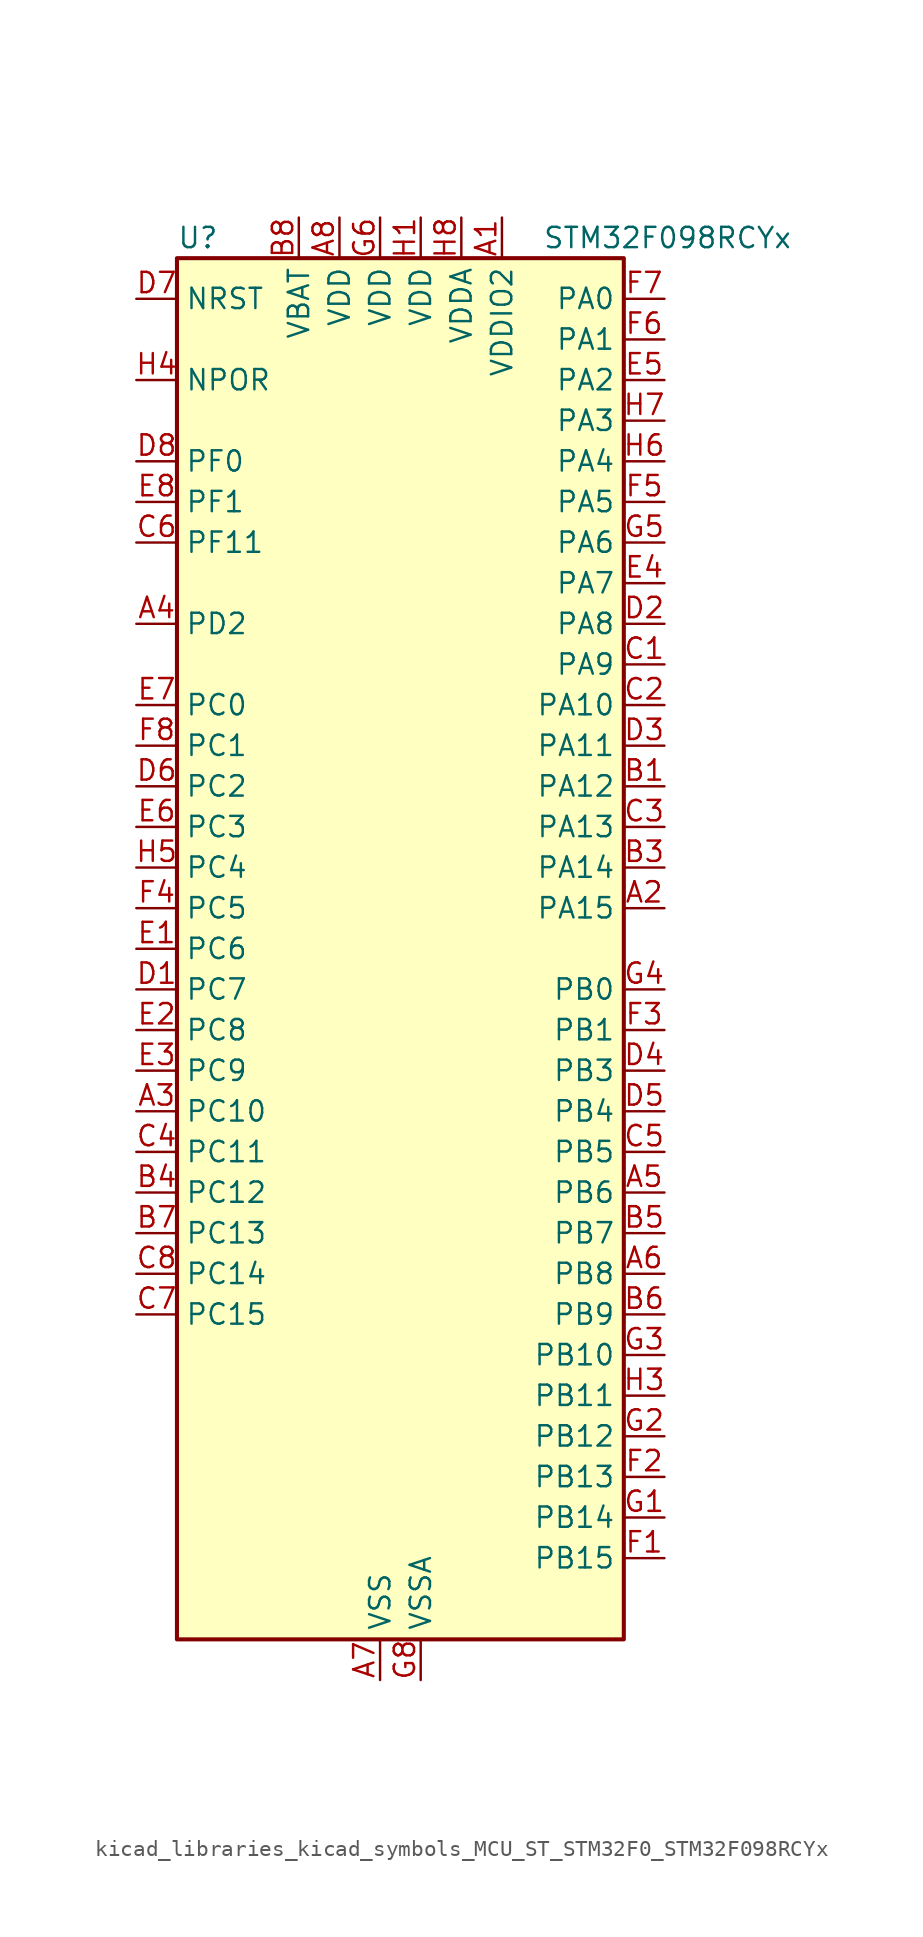
<source format=kicad_sym>
(kicad_symbol_lib
  (version 20220914)
  (generator kicad_symbol_editor)
  (symbol "kicad_libraries_kicad_symbols_MCU_ST_STM32F0_STM32F098RCYx"
    (property "Reference" "U"
      (at -12.7 44.45 0)
      (effects (font (size 1.27 1.27)) (justify left)))
    (property "Value" "STM32F098RCYx"
      (at 10.16 44.45 0)
      (effects (font (size 1.27 1.27)) (justify left)))
    (property "ki_locked" ""
      (at 0 0 0)
      (effects (font (size 1.27 1.27))))
    (symbol "kicad_libraries_kicad_symbols_MCU_ST_STM32F0_STM32F098RCYx_0_1"
      (rectangle (start -12.7 -43.18) (end 15.24 43.18) (stroke (width 0.254) (type default)) (fill (type background))))
    (symbol "kicad_libraries_kicad_symbols_MCU_ST_STM32F0_STM32F098RCYx_1_1"
      (pin power_in line (at 7.62 45.72 270) (length 2.54) (name "VDDIO2" (effects (font (size 1.27 1.27)))) (number "A1" (effects (font (size 1.27 1.27)))))
      (pin bidirectional line (at 17.78 2.54 180) (length 2.54) (name "PA15" (effects (font (size 1.27 1.27)))) (number "A2" (effects (font (size 1.27 1.27)))) (alternate "I2S1_WS" bidirectional line) (alternate "SPI1_NSS" bidirectional line) (alternate "TIM2_CH1" bidirectional line) (alternate "TIM2_ETR" bidirectional line) (alternate "USART2_RX" bidirectional line) (alternate "USART4_DE" bidirectional line) (alternate "USART4_RTS" bidirectional line))
      (pin bidirectional line (at -15.24 -10.16 0) (length 2.54) (name "PC10" (effects (font (size 1.27 1.27)))) (number "A3" (effects (font (size 1.27 1.27)))) (alternate "USART3_TX" bidirectional line) (alternate "USART4_TX" bidirectional line))
      (pin bidirectional line (at -15.24 20.32 0) (length 2.54) (name "PD2" (effects (font (size 1.27 1.27)))) (number "A4" (effects (font (size 1.27 1.27)))) (alternate "TIM3_ETR" bidirectional line) (alternate "USART3_DE" bidirectional line) (alternate "USART3_RTS" bidirectional line) (alternate "USART5_RX" bidirectional line))
      (pin bidirectional line (at 17.78 -15.24 180) (length 2.54) (name "PB6" (effects (font (size 1.27 1.27)))) (number "A5" (effects (font (size 1.27 1.27)))) (alternate "I2C1_SCL" bidirectional line) (alternate "TIM16_CH1N" bidirectional line) (alternate "TSC_G5_IO3" bidirectional line) (alternate "USART1_TX" bidirectional line))
      (pin bidirectional line (at 17.78 -20.32 180) (length 2.54) (name "PB8" (effects (font (size 1.27 1.27)))) (number "A6" (effects (font (size 1.27 1.27)))) (alternate "CAN_RX" bidirectional line) (alternate "CEC" bidirectional line) (alternate "I2C1_SCL" bidirectional line) (alternate "TIM16_CH1" bidirectional line) (alternate "TSC_SYNC" bidirectional line))
      (pin power_in line (at 0 -45.72 90) (length 2.54) (name "VSS" (effects (font (size 1.27 1.27)))) (number "A7" (effects (font (size 1.27 1.27)))))
      (pin power_in line (at -2.54 45.72 270) (length 2.54) (name "VDD" (effects (font (size 1.27 1.27)))) (number "A8" (effects (font (size 1.27 1.27)))))
      (pin bidirectional line (at 17.78 10.16 180) (length 2.54) (name "PA12" (effects (font (size 1.27 1.27)))) (number "B1" (effects (font (size 1.27 1.27)))) (alternate "CAN_TX" bidirectional line) (alternate "COMP2_OUT" bidirectional line) (alternate "I2C2_SDA" bidirectional line) (alternate "TIM1_ETR" bidirectional line) (alternate "TSC_G4_IO4" bidirectional line) (alternate "USART1_DE" bidirectional line) (alternate "USART1_RTS" bidirectional line))
      (pin passive line (at 0 -45.72 90) (length 2.54) hide (name "VSS" (effects (font (size 1.27 1.27)))) (number "B2" (effects (font (size 1.27 1.27)))))
      (pin bidirectional line (at 17.78 5.08 180) (length 2.54) (name "PA14" (effects (font (size 1.27 1.27)))) (number "B3" (effects (font (size 1.27 1.27)))) (alternate "SYS_SWCLK" bidirectional line) (alternate "USART2_TX" bidirectional line))
      (pin bidirectional line (at -15.24 -15.24 0) (length 2.54) (name "PC12" (effects (font (size 1.27 1.27)))) (number "B4" (effects (font (size 1.27 1.27)))) (alternate "USART3_CK" bidirectional line) (alternate "USART4_CK" bidirectional line) (alternate "USART5_TX" bidirectional line))
      (pin bidirectional line (at 17.78 -17.78 180) (length 2.54) (name "PB7" (effects (font (size 1.27 1.27)))) (number "B5" (effects (font (size 1.27 1.27)))) (alternate "I2C1_SDA" bidirectional line) (alternate "TIM17_CH1N" bidirectional line) (alternate "TSC_G5_IO4" bidirectional line) (alternate "USART1_RX" bidirectional line) (alternate "USART4_CTS" bidirectional line))
      (pin bidirectional line (at 17.78 -22.86 180) (length 2.54) (name "PB9" (effects (font (size 1.27 1.27)))) (number "B6" (effects (font (size 1.27 1.27)))) (alternate "CAN_TX" bidirectional line) (alternate "DAC_EXTI9" bidirectional line) (alternate "I2C1_SDA" bidirectional line) (alternate "I2S2_WS" bidirectional line) (alternate "IR_OUT" bidirectional line) (alternate "SPI2_NSS" bidirectional line) (alternate "TIM17_CH1" bidirectional line))
      (pin bidirectional line (at -15.24 -17.78 0) (length 2.54) (name "PC13" (effects (font (size 1.27 1.27)))) (number "B7" (effects (font (size 1.27 1.27)))) (alternate "RTC_OUT_ALARM" bidirectional line) (alternate "RTC_OUT_CALIB" bidirectional line) (alternate "RTC_TAMP1" bidirectional line) (alternate "RTC_TS" bidirectional line) (alternate "SYS_WKUP2" bidirectional line))
      (pin power_in line (at -5.08 45.72 270) (length 2.54) (name "VBAT" (effects (font (size 1.27 1.27)))) (number "B8" (effects (font (size 1.27 1.27)))))
      (pin bidirectional line (at 17.78 17.78 180) (length 2.54) (name "PA9" (effects (font (size 1.27 1.27)))) (number "C1" (effects (font (size 1.27 1.27)))) (alternate "DAC_EXTI9" bidirectional line) (alternate "I2C1_SCL" bidirectional line) (alternate "RCC_MCO" bidirectional line) (alternate "TIM15_BKIN" bidirectional line) (alternate "TIM1_CH2" bidirectional line) (alternate "TSC_G4_IO1" bidirectional line) (alternate "USART1_TX" bidirectional line))
      (pin bidirectional line (at 17.78 15.24 180) (length 2.54) (name "PA10" (effects (font (size 1.27 1.27)))) (number "C2" (effects (font (size 1.27 1.27)))) (alternate "I2C1_SDA" bidirectional line) (alternate "TIM17_BKIN" bidirectional line) (alternate "TIM1_CH3" bidirectional line) (alternate "TSC_G4_IO2" bidirectional line) (alternate "USART1_RX" bidirectional line))
      (pin bidirectional line (at 17.78 7.62 180) (length 2.54) (name "PA13" (effects (font (size 1.27 1.27)))) (number "C3" (effects (font (size 1.27 1.27)))) (alternate "IR_OUT" bidirectional line) (alternate "SYS_SWDIO" bidirectional line))
      (pin bidirectional line (at -15.24 -12.7 0) (length 2.54) (name "PC11" (effects (font (size 1.27 1.27)))) (number "C4" (effects (font (size 1.27 1.27)))) (alternate "USART3_RX" bidirectional line) (alternate "USART4_RX" bidirectional line))
      (pin bidirectional line (at 17.78 -12.7 180) (length 2.54) (name "PB5" (effects (font (size 1.27 1.27)))) (number "C5" (effects (font (size 1.27 1.27)))) (alternate "I2C1_SMBA" bidirectional line) (alternate "I2S1_SD" bidirectional line) (alternate "SPI1_MOSI" bidirectional line) (alternate "SYS_WKUP6" bidirectional line) (alternate "TIM16_BKIN" bidirectional line) (alternate "TIM3_CH2" bidirectional line) (alternate "USART5_CK" bidirectional line) (alternate "USART5_DE" bidirectional line) (alternate "USART5_RTS" bidirectional line))
      (pin bidirectional line (at -15.24 25.4 0) (length 2.54) (name "PF11" (effects (font (size 1.27 1.27)))) (number "C6" (effects (font (size 1.27 1.27)))))
      (pin bidirectional line (at -15.24 -22.86 0) (length 2.54) (name "PC15" (effects (font (size 1.27 1.27)))) (number "C7" (effects (font (size 1.27 1.27)))) (alternate "RCC_OSC32_OUT" bidirectional line))
      (pin bidirectional line (at -15.24 -20.32 0) (length 2.54) (name "PC14" (effects (font (size 1.27 1.27)))) (number "C8" (effects (font (size 1.27 1.27)))) (alternate "RCC_OSC32_IN" bidirectional line))
      (pin bidirectional line (at -15.24 -2.54 0) (length 2.54) (name "PC7" (effects (font (size 1.27 1.27)))) (number "D1" (effects (font (size 1.27 1.27)))) (alternate "TIM3_CH2" bidirectional line) (alternate "USART7_RX" bidirectional line))
      (pin bidirectional line (at 17.78 20.32 180) (length 2.54) (name "PA8" (effects (font (size 1.27 1.27)))) (number "D2" (effects (font (size 1.27 1.27)))) (alternate "CRS_SYNC" bidirectional line) (alternate "RCC_MCO" bidirectional line) (alternate "TIM1_CH1" bidirectional line) (alternate "USART1_CK" bidirectional line))
      (pin bidirectional line (at 17.78 12.7 180) (length 2.54) (name "PA11" (effects (font (size 1.27 1.27)))) (number "D3" (effects (font (size 1.27 1.27)))) (alternate "CAN_RX" bidirectional line) (alternate "COMP1_OUT" bidirectional line) (alternate "I2C2_SCL" bidirectional line) (alternate "TIM1_CH4" bidirectional line) (alternate "TSC_G4_IO3" bidirectional line) (alternate "USART1_CTS" bidirectional line))
      (pin bidirectional line (at 17.78 -7.62 180) (length 2.54) (name "PB3" (effects (font (size 1.27 1.27)))) (number "D4" (effects (font (size 1.27 1.27)))) (alternate "I2S1_CK" bidirectional line) (alternate "SPI1_SCK" bidirectional line) (alternate "TIM2_CH2" bidirectional line) (alternate "TSC_G5_IO1" bidirectional line) (alternate "USART5_TX" bidirectional line))
      (pin bidirectional line (at 17.78 -10.16 180) (length 2.54) (name "PB4" (effects (font (size 1.27 1.27)))) (number "D5" (effects (font (size 1.27 1.27)))) (alternate "I2S1_MCK" bidirectional line) (alternate "SPI1_MISO" bidirectional line) (alternate "TIM17_BKIN" bidirectional line) (alternate "TIM3_CH1" bidirectional line) (alternate "TSC_G5_IO2" bidirectional line) (alternate "USART5_RX" bidirectional line))
      (pin bidirectional line (at -15.24 10.16 0) (length 2.54) (name "PC2" (effects (font (size 1.27 1.27)))) (number "D6" (effects (font (size 1.27 1.27)))) (alternate "ADC_IN12" bidirectional line) (alternate "I2S2_MCK" bidirectional line) (alternate "SPI2_MISO" bidirectional line) (alternate "USART8_TX" bidirectional line))
      (pin input line (at -15.24 40.64 0) (length 2.54) (name "NRST" (effects (font (size 1.27 1.27)))) (number "D7" (effects (font (size 1.27 1.27)))))
      (pin bidirectional line (at -15.24 30.48 0) (length 2.54) (name "PF0" (effects (font (size 1.27 1.27)))) (number "D8" (effects (font (size 1.27 1.27)))) (alternate "CRS_SYNC" bidirectional line) (alternate "I2C1_SDA" bidirectional line) (alternate "RCC_OSC_IN" bidirectional line))
      (pin bidirectional line (at -15.24 0 0) (length 2.54) (name "PC6" (effects (font (size 1.27 1.27)))) (number "E1" (effects (font (size 1.27 1.27)))) (alternate "TIM3_CH1" bidirectional line) (alternate "USART7_TX" bidirectional line))
      (pin bidirectional line (at -15.24 -5.08 0) (length 2.54) (name "PC8" (effects (font (size 1.27 1.27)))) (number "E2" (effects (font (size 1.27 1.27)))) (alternate "TIM3_CH3" bidirectional line) (alternate "USART8_TX" bidirectional line))
      (pin bidirectional line (at -15.24 -7.62 0) (length 2.54) (name "PC9" (effects (font (size 1.27 1.27)))) (number "E3" (effects (font (size 1.27 1.27)))) (alternate "DAC_EXTI9" bidirectional line) (alternate "TIM3_CH4" bidirectional line) (alternate "USART8_RX" bidirectional line))
      (pin bidirectional line (at 17.78 22.86 180) (length 2.54) (name "PA7" (effects (font (size 1.27 1.27)))) (number "E4" (effects (font (size 1.27 1.27)))) (alternate "ADC_IN7" bidirectional line) (alternate "COMP2_OUT" bidirectional line) (alternate "I2S1_SD" bidirectional line) (alternate "SPI1_MOSI" bidirectional line) (alternate "TIM14_CH1" bidirectional line) (alternate "TIM17_CH1" bidirectional line) (alternate "TIM1_CH1N" bidirectional line) (alternate "TIM3_CH2" bidirectional line) (alternate "TSC_G2_IO4" bidirectional line))
      (pin bidirectional line (at 17.78 35.56 180) (length 2.54) (name "PA2" (effects (font (size 1.27 1.27)))) (number "E5" (effects (font (size 1.27 1.27)))) (alternate "ADC_IN2" bidirectional line) (alternate "COMP2_INM" bidirectional line) (alternate "COMP2_OUT" bidirectional line) (alternate "SYS_WKUP4" bidirectional line) (alternate "TIM15_CH1" bidirectional line) (alternate "TIM2_CH3" bidirectional line) (alternate "TSC_G1_IO3" bidirectional line) (alternate "USART2_TX" bidirectional line))
      (pin bidirectional line (at -15.24 7.62 0) (length 2.54) (name "PC3" (effects (font (size 1.27 1.27)))) (number "E6" (effects (font (size 1.27 1.27)))) (alternate "ADC_IN13" bidirectional line) (alternate "I2S2_SD" bidirectional line) (alternate "SPI2_MOSI" bidirectional line) (alternate "USART8_RX" bidirectional line))
      (pin bidirectional line (at -15.24 15.24 0) (length 2.54) (name "PC0" (effects (font (size 1.27 1.27)))) (number "E7" (effects (font (size 1.27 1.27)))) (alternate "ADC_IN10" bidirectional line) (alternate "USART6_TX" bidirectional line) (alternate "USART7_TX" bidirectional line))
      (pin bidirectional line (at -15.24 27.94 0) (length 2.54) (name "PF1" (effects (font (size 1.27 1.27)))) (number "E8" (effects (font (size 1.27 1.27)))) (alternate "I2C1_SCL" bidirectional line) (alternate "RCC_OSC_OUT" bidirectional line))
      (pin bidirectional line (at 17.78 -38.1 180) (length 2.54) (name "PB15" (effects (font (size 1.27 1.27)))) (number "F1" (effects (font (size 1.27 1.27)))) (alternate "I2S2_SD" bidirectional line) (alternate "RTC_REFIN" bidirectional line) (alternate "SPI2_MOSI" bidirectional line) (alternate "SYS_WKUP7" bidirectional line) (alternate "TIM15_CH1N" bidirectional line) (alternate "TIM15_CH2" bidirectional line) (alternate "TIM1_CH3N" bidirectional line))
      (pin bidirectional line (at 17.78 -33.02 180) (length 2.54) (name "PB13" (effects (font (size 1.27 1.27)))) (number "F2" (effects (font (size 1.27 1.27)))) (alternate "I2C2_SCL" bidirectional line) (alternate "I2S2_CK" bidirectional line) (alternate "SPI2_SCK" bidirectional line) (alternate "TIM1_CH1N" bidirectional line) (alternate "TSC_G6_IO3" bidirectional line) (alternate "USART3_CTS" bidirectional line))
      (pin bidirectional line (at 17.78 -5.08 180) (length 2.54) (name "PB1" (effects (font (size 1.27 1.27)))) (number "F3" (effects (font (size 1.27 1.27)))) (alternate "ADC_IN9" bidirectional line) (alternate "TIM14_CH1" bidirectional line) (alternate "TIM1_CH3N" bidirectional line) (alternate "TIM3_CH4" bidirectional line) (alternate "TSC_G3_IO3" bidirectional line) (alternate "USART3_DE" bidirectional line) (alternate "USART3_RTS" bidirectional line))
      (pin bidirectional line (at -15.24 2.54 0) (length 2.54) (name "PC5" (effects (font (size 1.27 1.27)))) (number "F4" (effects (font (size 1.27 1.27)))) (alternate "ADC_IN15" bidirectional line) (alternate "SYS_WKUP5" bidirectional line) (alternate "TSC_G3_IO1" bidirectional line) (alternate "USART3_RX" bidirectional line))
      (pin bidirectional line (at 17.78 27.94 180) (length 2.54) (name "PA5" (effects (font (size 1.27 1.27)))) (number "F5" (effects (font (size 1.27 1.27)))) (alternate "ADC_IN5" bidirectional line) (alternate "CEC" bidirectional line) (alternate "COMP1_INM" bidirectional line) (alternate "COMP2_INM" bidirectional line) (alternate "DAC_OUT2" bidirectional line) (alternate "I2S1_CK" bidirectional line) (alternate "SPI1_SCK" bidirectional line) (alternate "TIM2_CH1" bidirectional line) (alternate "TIM2_ETR" bidirectional line) (alternate "TSC_G2_IO2" bidirectional line) (alternate "USART6_RX" bidirectional line))
      (pin bidirectional line (at 17.78 38.1 180) (length 2.54) (name "PA1" (effects (font (size 1.27 1.27)))) (number "F6" (effects (font (size 1.27 1.27)))) (alternate "ADC_IN1" bidirectional line) (alternate "COMP1_INP" bidirectional line) (alternate "TIM15_CH1N" bidirectional line) (alternate "TIM2_CH2" bidirectional line) (alternate "TSC_G1_IO2" bidirectional line) (alternate "USART2_DE" bidirectional line) (alternate "USART2_RTS" bidirectional line) (alternate "USART4_RX" bidirectional line))
      (pin bidirectional line (at 17.78 40.64 180) (length 2.54) (name "PA0" (effects (font (size 1.27 1.27)))) (number "F7" (effects (font (size 1.27 1.27)))) (alternate "ADC_IN0" bidirectional line) (alternate "COMP1_INM" bidirectional line) (alternate "COMP1_OUT" bidirectional line) (alternate "RTC_TAMP2" bidirectional line) (alternate "SYS_WKUP1" bidirectional line) (alternate "TIM2_CH1" bidirectional line) (alternate "TIM2_ETR" bidirectional line) (alternate "TSC_G1_IO1" bidirectional line) (alternate "USART2_CTS" bidirectional line) (alternate "USART4_TX" bidirectional line))
      (pin bidirectional line (at -15.24 12.7 0) (length 2.54) (name "PC1" (effects (font (size 1.27 1.27)))) (number "F8" (effects (font (size 1.27 1.27)))) (alternate "ADC_IN11" bidirectional line) (alternate "USART6_RX" bidirectional line) (alternate "USART7_RX" bidirectional line))
      (pin bidirectional line (at 17.78 -35.56 180) (length 2.54) (name "PB14" (effects (font (size 1.27 1.27)))) (number "G1" (effects (font (size 1.27 1.27)))) (alternate "I2C2_SDA" bidirectional line) (alternate "I2S2_MCK" bidirectional line) (alternate "SPI2_MISO" bidirectional line) (alternate "TIM15_CH1" bidirectional line) (alternate "TIM1_CH2N" bidirectional line) (alternate "TSC_G6_IO4" bidirectional line) (alternate "USART3_DE" bidirectional line) (alternate "USART3_RTS" bidirectional line))
      (pin bidirectional line (at 17.78 -30.48 180) (length 2.54) (name "PB12" (effects (font (size 1.27 1.27)))) (number "G2" (effects (font (size 1.27 1.27)))) (alternate "I2S2_WS" bidirectional line) (alternate "SPI2_NSS" bidirectional line) (alternate "TIM15_BKIN" bidirectional line) (alternate "TIM1_BKIN" bidirectional line) (alternate "TSC_G6_IO2" bidirectional line) (alternate "USART3_CK" bidirectional line))
      (pin bidirectional line (at 17.78 -25.4 180) (length 2.54) (name "PB10" (effects (font (size 1.27 1.27)))) (number "G3" (effects (font (size 1.27 1.27)))) (alternate "CEC" bidirectional line) (alternate "I2C2_SCL" bidirectional line) (alternate "I2S2_CK" bidirectional line) (alternate "SPI2_SCK" bidirectional line) (alternate "TIM2_CH3" bidirectional line) (alternate "TSC_SYNC" bidirectional line) (alternate "USART3_TX" bidirectional line))
      (pin bidirectional line (at 17.78 -2.54 180) (length 2.54) (name "PB0" (effects (font (size 1.27 1.27)))) (number "G4" (effects (font (size 1.27 1.27)))) (alternate "ADC_IN8" bidirectional line) (alternate "TIM1_CH2N" bidirectional line) (alternate "TIM3_CH3" bidirectional line) (alternate "TSC_G3_IO2" bidirectional line) (alternate "USART3_CK" bidirectional line))
      (pin bidirectional line (at 17.78 25.4 180) (length 2.54) (name "PA6" (effects (font (size 1.27 1.27)))) (number "G5" (effects (font (size 1.27 1.27)))) (alternate "ADC_IN6" bidirectional line) (alternate "COMP1_OUT" bidirectional line) (alternate "I2S1_MCK" bidirectional line) (alternate "SPI1_MISO" bidirectional line) (alternate "TIM16_CH1" bidirectional line) (alternate "TIM1_BKIN" bidirectional line) (alternate "TIM3_CH1" bidirectional line) (alternate "TSC_G2_IO3" bidirectional line) (alternate "USART3_CTS" bidirectional line))
      (pin power_in line (at 0 45.72 270) (length 2.54) (name "VDD" (effects (font (size 1.27 1.27)))) (number "G6" (effects (font (size 1.27 1.27)))))
      (pin passive line (at 0 -45.72 90) (length 2.54) hide (name "VSS" (effects (font (size 1.27 1.27)))) (number "G7" (effects (font (size 1.27 1.27)))))
      (pin power_in line (at 2.54 -45.72 90) (length 2.54) (name "VSSA" (effects (font (size 1.27 1.27)))) (number "G8" (effects (font (size 1.27 1.27)))))
      (pin power_in line (at 2.54 45.72 270) (length 2.54) (name "VDD" (effects (font (size 1.27 1.27)))) (number "H1" (effects (font (size 1.27 1.27)))))
      (pin passive line (at 0 -45.72 90) (length 2.54) hide (name "VSS" (effects (font (size 1.27 1.27)))) (number "H2" (effects (font (size 1.27 1.27)))))
      (pin bidirectional line (at 17.78 -27.94 180) (length 2.54) (name "PB11" (effects (font (size 1.27 1.27)))) (number "H3" (effects (font (size 1.27 1.27)))) (alternate "I2C2_SDA" bidirectional line) (alternate "TIM2_CH4" bidirectional line) (alternate "TSC_G6_IO1" bidirectional line) (alternate "USART3_RX" bidirectional line))
      (pin input line (at -15.24 35.56 0) (length 2.54) (name "NPOR" (effects (font (size 1.27 1.27)))) (number "H4" (effects (font (size 1.27 1.27)))))
      (pin bidirectional line (at -15.24 5.08 0) (length 2.54) (name "PC4" (effects (font (size 1.27 1.27)))) (number "H5" (effects (font (size 1.27 1.27)))) (alternate "ADC_IN14" bidirectional line) (alternate "USART3_TX" bidirectional line))
      (pin bidirectional line (at 17.78 30.48 180) (length 2.54) (name "PA4" (effects (font (size 1.27 1.27)))) (number "H6" (effects (font (size 1.27 1.27)))) (alternate "ADC_IN4" bidirectional line) (alternate "COMP1_INM" bidirectional line) (alternate "COMP2_INM" bidirectional line) (alternate "DAC_OUT1" bidirectional line) (alternate "I2S1_WS" bidirectional line) (alternate "SPI1_NSS" bidirectional line) (alternate "TIM14_CH1" bidirectional line) (alternate "TSC_G2_IO1" bidirectional line) (alternate "USART2_CK" bidirectional line) (alternate "USART6_TX" bidirectional line))
      (pin bidirectional line (at 17.78 33.02 180) (length 2.54) (name "PA3" (effects (font (size 1.27 1.27)))) (number "H7" (effects (font (size 1.27 1.27)))) (alternate "ADC_IN3" bidirectional line) (alternate "COMP2_INP" bidirectional line) (alternate "TIM15_CH2" bidirectional line) (alternate "TIM2_CH4" bidirectional line) (alternate "TSC_G1_IO4" bidirectional line) (alternate "USART2_RX" bidirectional line))
      (pin power_in line (at 5.08 45.72 270) (length 2.54) (name "VDDA" (effects (font (size 1.27 1.27)))) (number "H8" (effects (font (size 1.27 1.27))))))))
</source>
